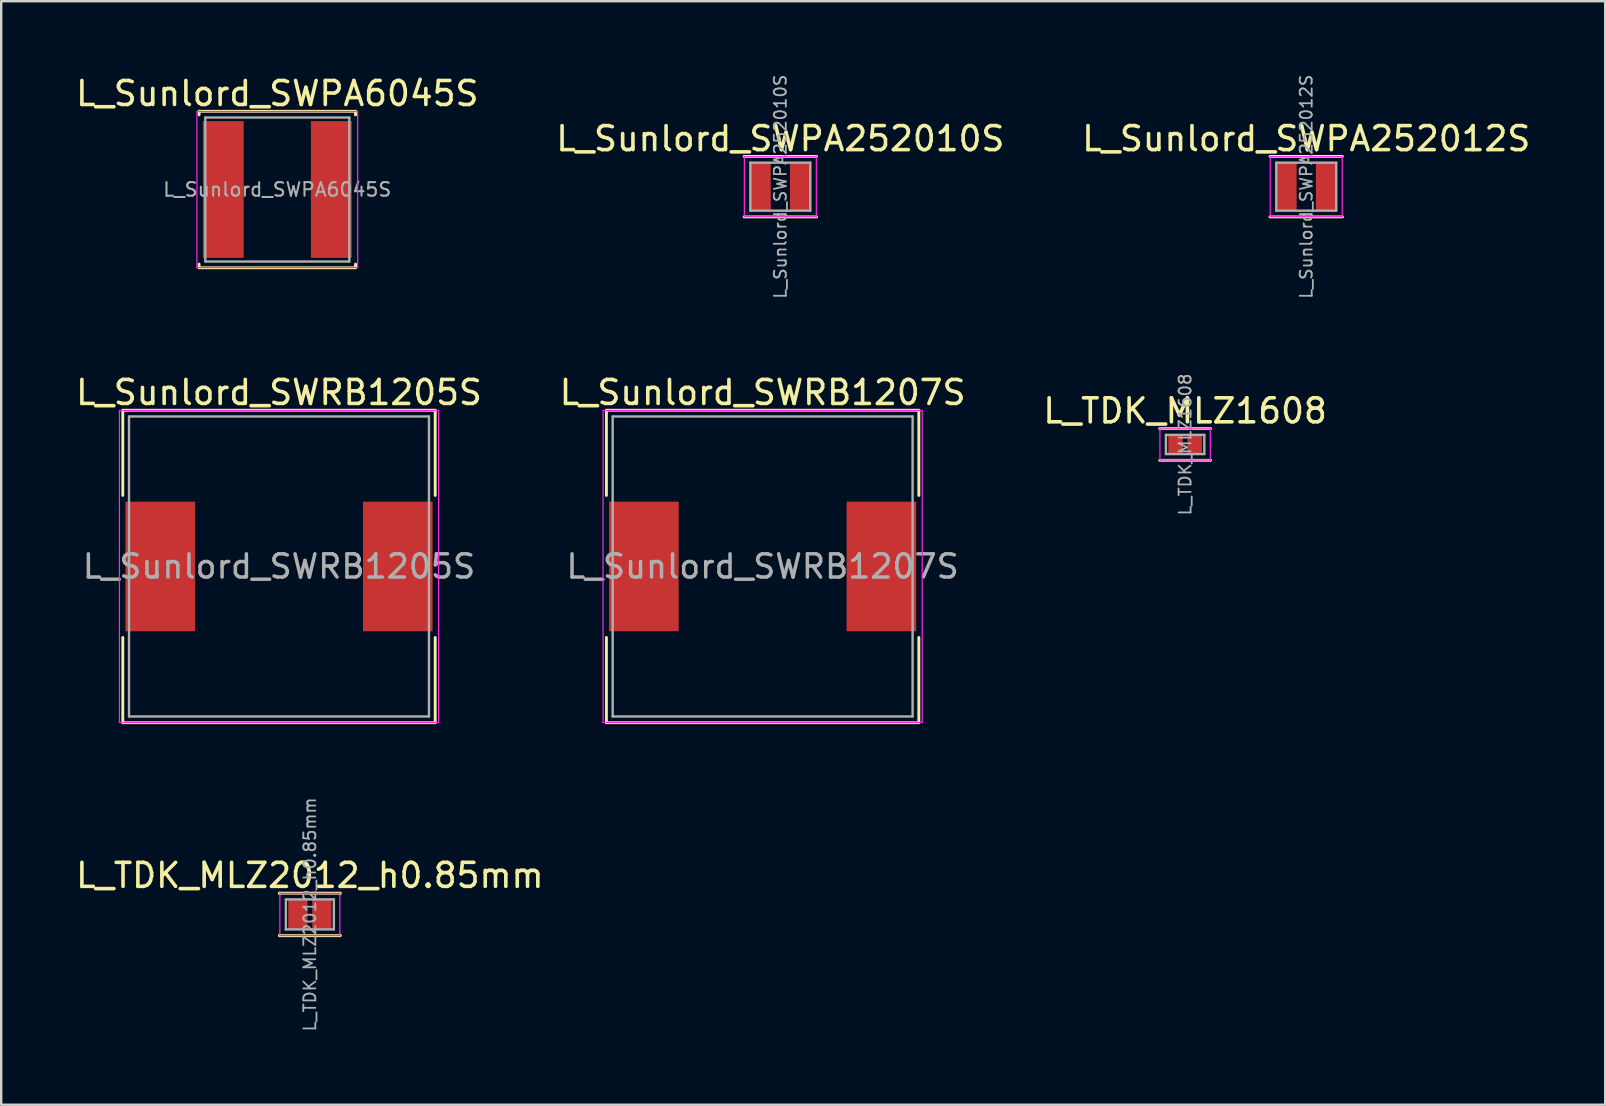
<source format=kicad_pcb>
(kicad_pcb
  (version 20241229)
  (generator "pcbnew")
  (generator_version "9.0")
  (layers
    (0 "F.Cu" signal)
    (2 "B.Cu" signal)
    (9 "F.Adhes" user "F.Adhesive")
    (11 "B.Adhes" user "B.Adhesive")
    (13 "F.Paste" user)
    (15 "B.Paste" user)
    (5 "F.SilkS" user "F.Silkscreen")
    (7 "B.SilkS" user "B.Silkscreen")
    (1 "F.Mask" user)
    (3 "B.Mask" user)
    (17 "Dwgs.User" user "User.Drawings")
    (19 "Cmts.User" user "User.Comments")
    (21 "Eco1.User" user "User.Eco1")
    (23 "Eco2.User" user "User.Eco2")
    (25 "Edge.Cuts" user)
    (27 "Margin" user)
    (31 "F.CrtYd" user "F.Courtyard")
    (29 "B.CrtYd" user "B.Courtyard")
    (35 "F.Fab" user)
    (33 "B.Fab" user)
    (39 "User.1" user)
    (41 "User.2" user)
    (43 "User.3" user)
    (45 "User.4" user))
  (footprint "L_Sunlord_SWRB1207S"
    (layer "F.Cu")
    (at 28.732 20.557)
    (property "Reference" "L_Sunlord_SWRB1207S" (at 0 -7.25 0) (layer "F.SilkS") (effects (font (size 1 1) (thickness 0.15))))
    (attr smd)
    (fp_line (start -6.51 -6.51) (end -6.51 -2.96) (stroke (width 0.12) (type solid)) (layer "F.SilkS"))
    (fp_line (start -6.51 -6.51) (end 6.51 -6.51) (stroke (width 0.12) (type solid)) (layer "F.SilkS"))
    (fp_line (start -6.51 6.51) (end -6.51 2.96) (stroke (width 0.12) (type solid)) (layer "F.SilkS"))
    (fp_line (start -6.51 6.51) (end 6.51 6.51) (stroke (width 0.12) (type solid)) (layer "F.SilkS"))
    (fp_line (start 6.51 -6.51) (end 6.51 -2.96) (stroke (width 0.12) (type solid)) (layer "F.SilkS"))
    (fp_line (start 6.51 6.51) (end 6.51 2.96) (stroke (width 0.12) (type solid)) (layer "F.SilkS"))
    (fp_line (start -6.65 -6.5) (end -6.65 6.5) (stroke (width 0.05) (type solid)) (layer "F.CrtYd"))
    (fp_line (start -6.65 6.5) (end 6.65 6.5) (stroke (width 0.05) (type solid)) (layer "F.CrtYd"))
    (fp_line (start 6.65 -6.5) (end -6.65 -6.5) (stroke (width 0.05) (type solid)) (layer "F.CrtYd"))
    (fp_line (start 6.65 6.5) (end 6.65 -6.5) (stroke (width 0.05) (type solid)) (layer "F.CrtYd"))
    (fp_line (start -6.25 -6.25) (end -6.25 6.25) (stroke (width 0.1) (type solid)) (layer "F.Fab"))
    (fp_line (start -6.25 6.25) (end 6.25 6.25) (stroke (width 0.1) (type solid)) (layer "F.Fab"))
    (fp_line (start 6.25 -6.25) (end -6.25 -6.25) (stroke (width 0.1) (type solid)) (layer "F.Fab"))
    (fp_line (start 6.25 6.25) (end 6.25 -6.25) (stroke (width 0.1) (type solid)) (layer "F.Fab"))
    (fp_text user "${REFERENCE}" (at 0 0 0) (layer "F.Fab") (effects (font (size 0.967 0.967) (thickness 0.145))))
    (pad "1" smd rect (at -4.95 0) (size 2.9 5.4) (layers "F.Cu" "F.Mask" "F.Paste"))
    (pad "2" smd rect (at 4.95 0) (size 2.9 5.4) (layers "F.Cu" "F.Mask" "F.Paste")))
  (footprint "L_Sunlord_SWRB1205S"
    (layer "F.Cu")
    (at 8.577 20.557)
    (property "Reference" "L_Sunlord_SWRB1205S" (at 0 -7.25 0) (layer "F.SilkS") (effects (font (size 1 1) (thickness 0.15))))
    (attr smd)
    (fp_line (start -6.51 -6.51) (end -6.51 -2.96) (stroke (width 0.12) (type solid)) (layer "F.SilkS"))
    (fp_line (start -6.51 -6.51) (end 6.51 -6.51) (stroke (width 0.12) (type solid)) (layer "F.SilkS"))
    (fp_line (start -6.51 6.51) (end -6.51 2.96) (stroke (width 0.12) (type solid)) (layer "F.SilkS"))
    (fp_line (start -6.51 6.51) (end 6.51 6.51) (stroke (width 0.12) (type solid)) (layer "F.SilkS"))
    (fp_line (start 6.51 -6.51) (end 6.51 -2.96) (stroke (width 0.12) (type solid)) (layer "F.SilkS"))
    (fp_line (start 6.51 6.51) (end 6.51 2.96) (stroke (width 0.12) (type solid)) (layer "F.SilkS"))
    (fp_line (start -6.65 -6.5) (end -6.65 6.5) (stroke (width 0.05) (type solid)) (layer "F.CrtYd"))
    (fp_line (start -6.65 6.5) (end 6.65 6.5) (stroke (width 0.05) (type solid)) (layer "F.CrtYd"))
    (fp_line (start 6.65 -6.5) (end -6.65 -6.5) (stroke (width 0.05) (type solid)) (layer "F.CrtYd"))
    (fp_line (start 6.65 6.5) (end 6.65 -6.5) (stroke (width 0.05) (type solid)) (layer "F.CrtYd"))
    (fp_line (start -6.25 -6.25) (end -6.25 6.25) (stroke (width 0.1) (type solid)) (layer "F.Fab"))
    (fp_line (start -6.25 6.25) (end 6.25 6.25) (stroke (width 0.1) (type solid)) (layer "F.Fab"))
    (fp_line (start 6.25 -6.25) (end -6.25 -6.25) (stroke (width 0.1) (type solid)) (layer "F.Fab"))
    (fp_line (start 6.25 6.25) (end 6.25 -6.25) (stroke (width 0.1) (type solid)) (layer "F.Fab"))
    (fp_text user "${REFERENCE}" (at 0 0 0) (layer "F.Fab") (effects (font (size 0.967 0.967) (thickness 0.145))))
    (pad "1" smd rect (at -4.95 0) (size 2.9 5.4) (layers "F.Cu" "F.Mask" "F.Paste"))
    (pad "2" smd rect (at 4.95 0) (size 2.9 5.4) (layers "F.Cu" "F.Mask" "F.Paste")))
  (footprint "L_Sunlord_SWPA6045S"
    (layer "F.Cu")
    (at 8.506 4.848)
    (property "Reference" "L_Sunlord_SWPA6045S" (at 0 -4 0) (layer "F.SilkS") (effects (font (size 1 1) (thickness 0.15))))
    (attr smd)
    (fp_line (start -3.26 -3.26) (end -3.26 -3.11) (stroke (width 0.12) (type solid)) (layer "F.SilkS"))
    (fp_line (start -3.26 -3.26) (end 3.26 -3.26) (stroke (width 0.12) (type solid)) (layer "F.SilkS"))
    (fp_line (start -3.26 3.26) (end -3.26 3.11) (stroke (width 0.12) (type solid)) (layer "F.SilkS"))
    (fp_line (start -3.26 3.26) (end 3.26 3.26) (stroke (width 0.12) (type solid)) (layer "F.SilkS"))
    (fp_line (start 3.26 -3.26) (end 3.26 -3.11) (stroke (width 0.12) (type solid)) (layer "F.SilkS"))
    (fp_line (start 3.26 3.26) (end 3.26 3.11) (stroke (width 0.12) (type solid)) (layer "F.SilkS"))
    (fp_line (start -3.35 -3.25) (end -3.35 3.25) (stroke (width 0.05) (type solid)) (layer "F.CrtYd"))
    (fp_line (start -3.35 3.25) (end 3.35 3.25) (stroke (width 0.05) (type solid)) (layer "F.CrtYd"))
    (fp_line (start 3.35 -3.25) (end -3.35 -3.25) (stroke (width 0.05) (type solid)) (layer "F.CrtYd"))
    (fp_line (start 3.35 3.25) (end 3.35 -3.25) (stroke (width 0.05) (type solid)) (layer "F.CrtYd"))
    (fp_line (start -3 -3) (end -3 3) (stroke (width 0.1) (type solid)) (layer "F.Fab"))
    (fp_line (start -3 3) (end 3 3) (stroke (width 0.1) (type solid)) (layer "F.Fab"))
    (fp_line (start 3 -3) (end -3 -3) (stroke (width 0.1) (type solid)) (layer "F.Fab"))
    (fp_line (start 3 3) (end 3 -3) (stroke (width 0.1) (type solid)) (layer "F.Fab"))
    (fp_text user "${REFERENCE}" (at 0 0 0) (layer "F.Fab") (effects (font (size 0.567 0.567) (thickness 0.085))))
    (pad "1" smd rect (at -2.25 0) (size 1.7 5.7) (layers "F.Cu" "F.Mask" "F.Paste"))
    (pad "2" smd rect (at 2.25 0) (size 1.7 5.7) (layers "F.Cu" "F.Mask" "F.Paste")))
  (footprint "L_Sunlord_SWPA252012S"
    (layer "F.Cu")
    (at 51.387 4.729)
    (property "Reference" "L_Sunlord_SWPA252012S" (at 0 -2 0) (layer "F.SilkS") (effects (font (size 1 1) (thickness 0.15))))
    (attr smd)
    (fp_line (start -1.51 -1.26) (end 1.51 -1.26) (stroke (width 0.12) (type solid)) (layer "F.SilkS"))
    (fp_line (start -1.51 1.26) (end 1.51 1.26) (stroke (width 0.12) (type solid)) (layer "F.SilkS"))
    (fp_line (start -1.5 -1.25) (end -1.5 1.25) (stroke (width 0.05) (type solid)) (layer "F.CrtYd"))
    (fp_line (start -1.5 1.25) (end 1.5 1.25) (stroke (width 0.05) (type solid)) (layer "F.CrtYd"))
    (fp_line (start 1.5 -1.25) (end -1.5 -1.25) (stroke (width 0.05) (type solid)) (layer "F.CrtYd"))
    (fp_line (start 1.5 1.25) (end 1.5 -1.25) (stroke (width 0.05) (type solid)) (layer "F.CrtYd"))
    (fp_line (start -1.25 -1) (end -1.25 1) (stroke (width 0.1) (type solid)) (layer "F.Fab"))
    (fp_line (start -1.25 1) (end 1.25 1) (stroke (width 0.1) (type solid)) (layer "F.Fab"))
    (fp_line (start 1.25 -1) (end -1.25 -1) (stroke (width 0.1) (type solid)) (layer "F.Fab"))
    (fp_line (start 1.25 1) (end 1.25 -1) (stroke (width 0.1) (type solid)) (layer "F.Fab"))
    (fp_text user "${REFERENCE}" (at 0 0 90) (layer "F.Fab") (effects (font (size 0.5 0.5) (thickness 0.075))))
    (pad "1" smd rect (at -0.825 0) (size 0.85 2) (layers "F.Cu" "F.Mask" "F.Paste"))
    (pad "2" smd rect (at 0.825 0) (size 0.85 2) (layers "F.Cu" "F.Mask" "F.Paste")))
  (footprint "L_TDK_MLZ2012_h0.85mm"
    (layer "F.Cu")
    (at 9.863 35.058)
    (property "Reference" "L_TDK_MLZ2012_h0.85mm" (at 0 -1.625 0) (layer "F.SilkS") (effects (font (size 1 1) (thickness 0.15))))
    (attr smd)
    (fp_line (start -1.26 -0.885) (end -1.26 -0.86) (stroke (width 0.12) (type solid)) (layer "F.SilkS"))
    (fp_line (start -1.26 -0.885) (end 1.26 -0.885) (stroke (width 0.12) (type solid)) (layer "F.SilkS"))
    (fp_line (start -1.26 0.885) (end -1.26 0.86) (stroke (width 0.12) (type solid)) (layer "F.SilkS"))
    (fp_line (start -1.26 0.885) (end 1.26 0.885) (stroke (width 0.12) (type solid)) (layer "F.SilkS"))
    (fp_line (start 1.26 -0.885) (end 1.26 -0.86) (stroke (width 0.12) (type solid)) (layer "F.SilkS"))
    (fp_line (start 1.26 0.885) (end 1.26 0.86) (stroke (width 0.12) (type solid)) (layer "F.SilkS"))
    (fp_line (start -1.25 -0.88) (end -1.25 0.88) (stroke (width 0.05) (type solid)) (layer "F.CrtYd"))
    (fp_line (start -1.25 0.88) (end 1.25 0.88) (stroke (width 0.05) (type solid)) (layer "F.CrtYd"))
    (fp_line (start 1.25 -0.88) (end -1.25 -0.88) (stroke (width 0.05) (type solid)) (layer "F.CrtYd"))
    (fp_line (start 1.25 0.88) (end 1.25 -0.88) (stroke (width 0.05) (type solid)) (layer "F.CrtYd"))
    (fp_line (start -1 -0.625) (end -1 0.625) (stroke (width 0.1) (type solid)) (layer "F.Fab"))
    (fp_line (start -1 0.625) (end 1 0.625) (stroke (width 0.1) (type solid)) (layer "F.Fab"))
    (fp_line (start 1 -0.625) (end -1 -0.625) (stroke (width 0.1) (type solid)) (layer "F.Fab"))
    (fp_line (start 1 0.625) (end 1 -0.625) (stroke (width 0.1) (type solid)) (layer "F.Fab"))
    (fp_text user "${REFERENCE}" (at 0 0 90) (layer "F.Fab") (effects (font (size 0.5 0.5) (thickness 0.075))))
    (pad "1" smd rect (at -0.5 0) (size 0.8 1.2) (layers "F.Cu" "F.Mask" "F.Paste"))
    (pad "2" smd rect (at 0.5 0) (size 0.8 1.2) (layers "F.Cu" "F.Mask" "F.Paste")))
  (footprint "L_TDK_MLZ1608"
    (layer "F.Cu")
    (at 46.339 15.473)
    (property "Reference" "L_TDK_MLZ1608" (at 0 -1.4 0) (layer "F.SilkS") (effects (font (size 1 1) (thickness 0.15))))
    (attr smd)
    (fp_line (start -1.06 -0.66) (end 1.06 -0.66) (stroke (width 0.12) (type solid)) (layer "F.SilkS"))
    (fp_line (start -1.06 0.66) (end 1.06 0.66) (stroke (width 0.12) (type solid)) (layer "F.SilkS"))
    (fp_line (start -1.05 -0.65) (end -1.05 0.65) (stroke (width 0.05) (type solid)) (layer "F.CrtYd"))
    (fp_line (start -1.05 0.65) (end 1.05 0.65) (stroke (width 0.05) (type solid)) (layer "F.CrtYd"))
    (fp_line (start 1.05 -0.65) (end -1.05 -0.65) (stroke (width 0.05) (type solid)) (layer "F.CrtYd"))
    (fp_line (start 1.05 0.65) (end 1.05 -0.65) (stroke (width 0.05) (type solid)) (layer "F.CrtYd"))
    (fp_line (start -0.8 -0.4) (end -0.8 0.4) (stroke (width 0.1) (type solid)) (layer "F.Fab"))
    (fp_line (start -0.8 0.4) (end 0.8 0.4) (stroke (width 0.1) (type solid)) (layer "F.Fab"))
    (fp_line (start 0.8 -0.4) (end -0.8 -0.4) (stroke (width 0.1) (type solid)) (layer "F.Fab"))
    (fp_line (start 0.8 0.4) (end 0.8 -0.4) (stroke (width 0.1) (type solid)) (layer "F.Fab"))
    (fp_text user "${REFERENCE}" (at 0 0 90) (layer "F.Fab") (effects (font (size 0.5 0.5) (thickness 0.075))))
    (pad "1" smd rect (at -0.4 0) (size 0.6 0.8) (layers "F.Cu" "F.Mask" "F.Paste"))
    (pad "2" smd rect (at 0.4 0) (size 0.6 0.8) (layers "F.Cu" "F.Mask" "F.Paste")))
  (footprint "L_Sunlord_SWPA252010S"
    (layer "F.Cu")
    (at 29.47 4.729)
    (property "Reference" "L_Sunlord_SWPA252010S" (at 0 -2 0) (layer "F.SilkS") (effects (font (size 1 1) (thickness 0.15))))
    (attr smd)
    (fp_line (start -1.51 -1.26) (end 1.51 -1.26) (stroke (width 0.12) (type solid)) (layer "F.SilkS"))
    (fp_line (start -1.51 1.26) (end 1.51 1.26) (stroke (width 0.12) (type solid)) (layer "F.SilkS"))
    (fp_line (start -1.5 -1.25) (end -1.5 1.25) (stroke (width 0.05) (type solid)) (layer "F.CrtYd"))
    (fp_line (start -1.5 1.25) (end 1.5 1.25) (stroke (width 0.05) (type solid)) (layer "F.CrtYd"))
    (fp_line (start 1.5 -1.25) (end -1.5 -1.25) (stroke (width 0.05) (type solid)) (layer "F.CrtYd"))
    (fp_line (start 1.5 1.25) (end 1.5 -1.25) (stroke (width 0.05) (type solid)) (layer "F.CrtYd"))
    (fp_line (start -1.25 -1) (end -1.25 1) (stroke (width 0.1) (type solid)) (layer "F.Fab"))
    (fp_line (start -1.25 1) (end 1.25 1) (stroke (width 0.1) (type solid)) (layer "F.Fab"))
    (fp_line (start 1.25 -1) (end -1.25 -1) (stroke (width 0.1) (type solid)) (layer "F.Fab"))
    (fp_line (start 1.25 1) (end 1.25 -1) (stroke (width 0.1) (type solid)) (layer "F.Fab"))
    (fp_text user "${REFERENCE}" (at 0 0 90) (layer "F.Fab") (effects (font (size 0.5 0.5) (thickness 0.075))))
    (pad "1" smd rect (at -0.825 0) (size 0.85 2) (layers "F.Cu" "F.Mask" "F.Paste"))
    (pad "2" smd rect (at 0.825 0) (size 0.85 2) (layers "F.Cu" "F.Mask" "F.Paste")))
  (gr_rect
    (start -3 -3)
    (end 63.845 42.99)
    (stroke (width 0.1) (type default))
    (fill no)
    (layer "Edge.Cuts")))
</source>
